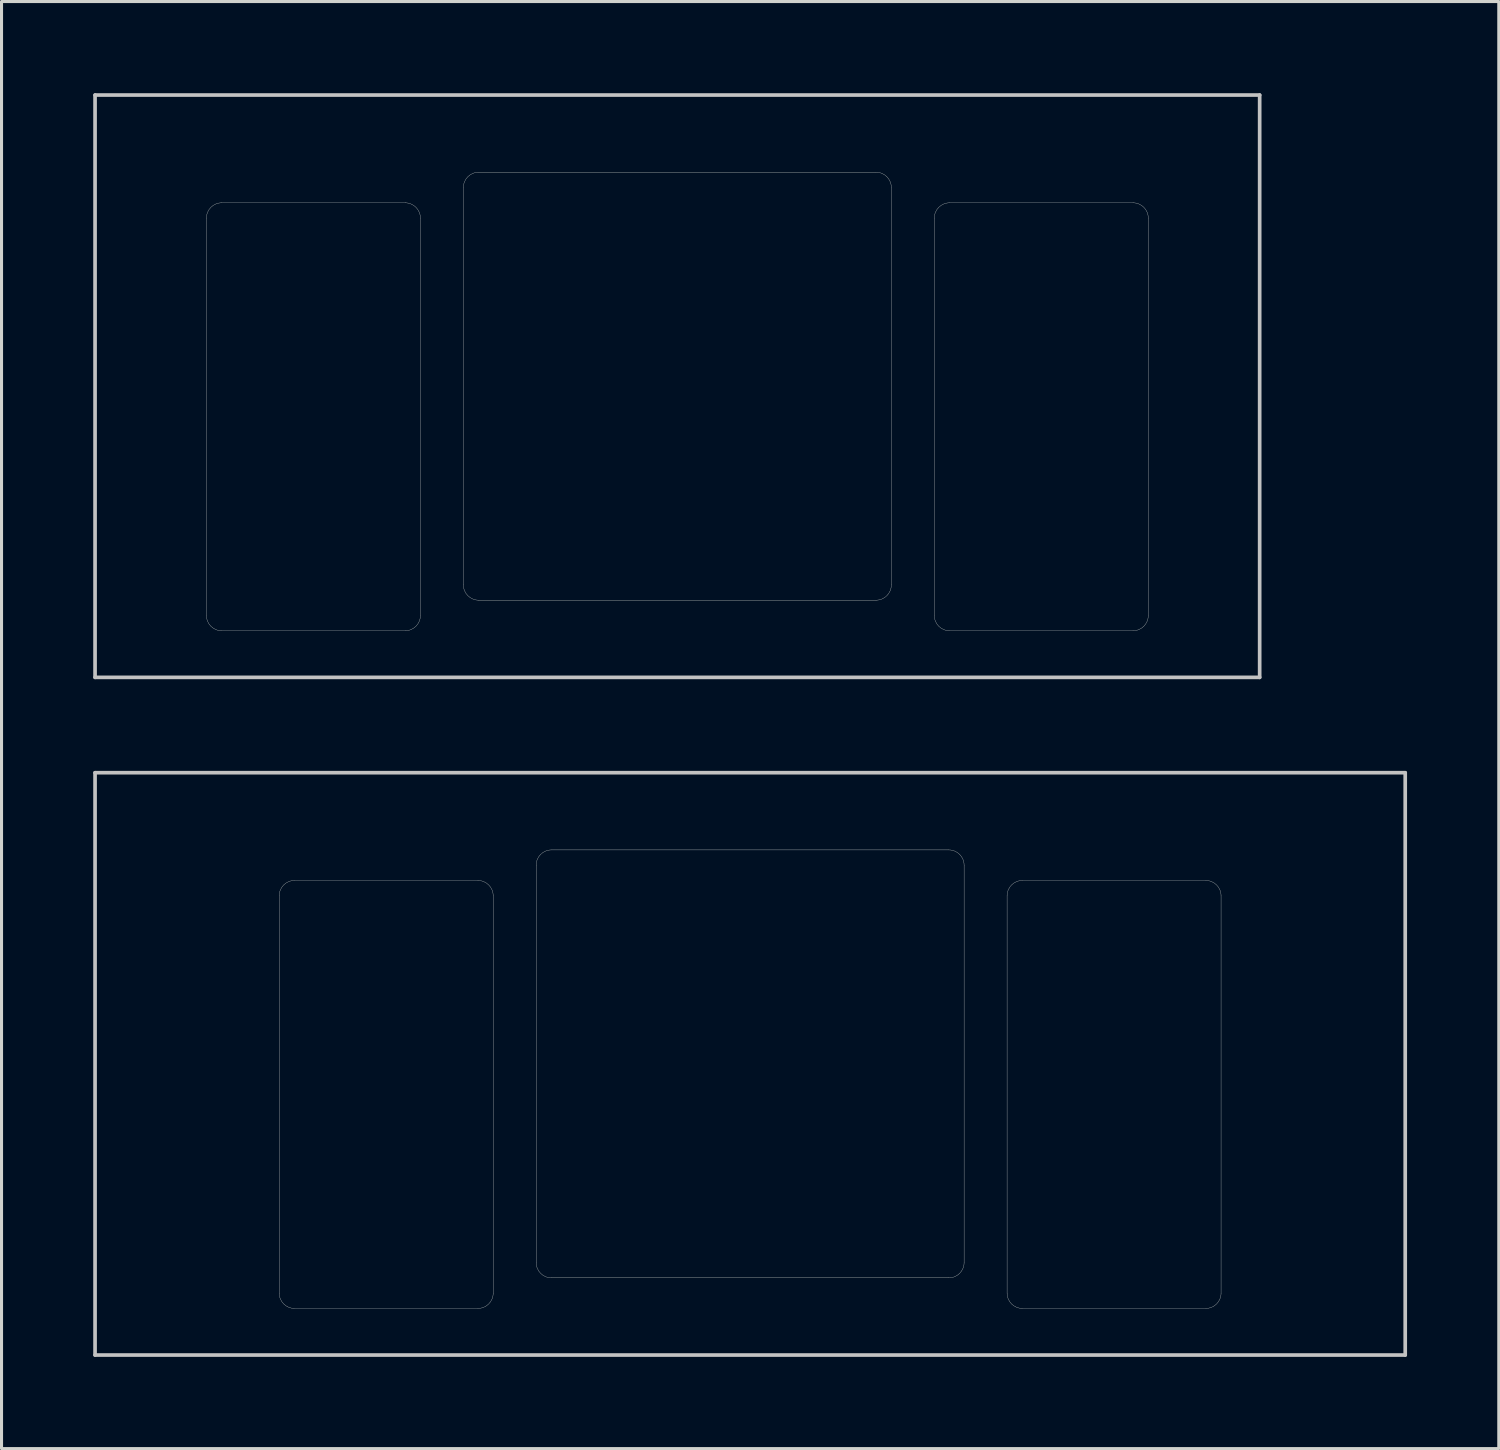
<source format=kicad_pcb>
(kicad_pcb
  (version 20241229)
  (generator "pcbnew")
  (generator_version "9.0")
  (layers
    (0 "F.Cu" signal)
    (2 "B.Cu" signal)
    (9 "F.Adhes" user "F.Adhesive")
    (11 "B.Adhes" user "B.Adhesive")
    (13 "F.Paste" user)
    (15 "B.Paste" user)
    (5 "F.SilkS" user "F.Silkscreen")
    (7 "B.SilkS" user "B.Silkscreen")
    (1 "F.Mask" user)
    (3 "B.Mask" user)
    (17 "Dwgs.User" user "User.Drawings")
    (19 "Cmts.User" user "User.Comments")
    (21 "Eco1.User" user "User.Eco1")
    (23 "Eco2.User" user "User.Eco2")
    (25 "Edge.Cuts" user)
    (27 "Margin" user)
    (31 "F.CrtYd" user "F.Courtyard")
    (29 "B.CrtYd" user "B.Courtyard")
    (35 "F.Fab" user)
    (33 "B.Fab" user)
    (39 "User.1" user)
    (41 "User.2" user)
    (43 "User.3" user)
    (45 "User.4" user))
  (footprint "MX200"
    (layer "F.Cu")
    (at 19.11 9.585)
    (property "Reference" "MX200" (at 0 2.381 0) (layer "Eco1.User") (effects (font (size 1 1) (thickness 0.15))))
    (attr through_hole)
    (fp_line (start -19.05 -9.525) (end 19.05 -9.525) (stroke (width 0.12) (type solid)) (layer "Dwgs.User"))
    (fp_line (start -19.05 9.525) (end -19.05 -9.525) (stroke (width 0.12) (type solid)) (layer "Dwgs.User"))
    (fp_line (start 19.05 -9.525) (end 19.05 9.525) (stroke (width 0.12) (type solid)) (layer "Dwgs.User"))
    (fp_line (start 19.05 9.525) (end -19.05 9.525) (stroke (width 0.12) (type solid)) (layer "Dwgs.User"))
    (fp_line (start 0 0) (end -0.5 0) (stroke (width 0.12) (type solid)) (layer "Eco1.User"))
    (fp_line (start 0 0) (end 0 -0.5) (stroke (width 0.12) (type solid)) (layer "Eco1.User"))
    (fp_line (start 0 0) (end 0 0.5) (stroke (width 0.12) (type solid)) (layer "Eco1.User"))
    (fp_line (start 0 0) (end 0.5 0) (stroke (width 0.12) (type solid)) (layer "Eco1.User"))
    (fp_line (start -15.406 -5.5) (end -15.406 7.5) (stroke (width 0.01) (type solid)) (layer "Edge.Cuts"))
    (fp_line (start -14.906 -6) (end -8.906 -6) (stroke (width 0.01) (type solid)) (layer "Edge.Cuts"))
    (fp_line (start -14.906 8) (end -8.906 8) (stroke (width 0.01) (type solid)) (layer "Edge.Cuts"))
    (fp_line (start -8.406 -5.5) (end -8.406 7.5) (stroke (width 0.01) (type solid)) (layer "Edge.Cuts"))
    (fp_line (start -7 -6.5) (end -7 6.5) (stroke (width 0.01) (type solid)) (layer "Edge.Cuts"))
    (fp_line (start -6.5 -7) (end 6.5 -7) (stroke (width 0.01) (type solid)) (layer "Edge.Cuts"))
    (fp_line (start -6.5 7) (end 6.5 7) (stroke (width 0.01) (type solid)) (layer "Edge.Cuts"))
    (fp_line (start 7 -6.5) (end 7 6.5) (stroke (width 0.01) (type solid)) (layer "Edge.Cuts"))
    (fp_line (start 8.406 -5.5) (end 8.406 7.5) (stroke (width 0.01) (type solid)) (layer "Edge.Cuts"))
    (fp_line (start 8.906 -6) (end 14.906 -6) (stroke (width 0.01) (type solid)) (layer "Edge.Cuts"))
    (fp_line (start 8.906 8) (end 14.906 8) (stroke (width 0.01) (type solid)) (layer "Edge.Cuts"))
    (fp_line (start 15.406 -5.5) (end 15.406 7.5) (stroke (width 0.01) (type solid)) (layer "Edge.Cuts"))
    (fp_arc (start -15.40625 -5.5) (mid -15.259803 -5.853553) (end -14.90625 -6) (stroke (width 0.010007) (type solid)) (layer "Edge.Cuts"))
    (fp_arc (start -14.90625 8.000008) (mid -15.259803 7.853561) (end -15.40625 7.500008) (stroke (width 0.010007) (type solid)) (layer "Edge.Cuts"))
    (fp_arc (start -8.90625 -6) (mid -8.552697 -5.853553) (end -8.40625 -5.5) (stroke (width 0.010007) (type solid)) (layer "Edge.Cuts"))
    (fp_arc (start -8.40625 7.500008) (mid -8.552697 7.853561) (end -8.90625 8.000008) (stroke (width 0.010007) (type solid)) (layer "Edge.Cuts"))
    (fp_arc (start -7 -6.5) (mid -6.853553 -6.853553) (end -6.5 -7) (stroke (width 0.010007) (type solid)) (layer "Edge.Cuts"))
    (fp_arc (start -6.5 7) (mid -6.853553 6.853553) (end -7 6.5) (stroke (width 0.010007) (type solid)) (layer "Edge.Cuts"))
    (fp_arc (start 6.5 -7) (mid 6.853553 -6.853553) (end 7 -6.5) (stroke (width 0.010007) (type solid)) (layer "Edge.Cuts"))
    (fp_arc (start 7 6.5) (mid 6.853554 6.853554) (end 6.5 7) (stroke (width 0.010007) (type solid)) (layer "Edge.Cuts"))
    (fp_arc (start 8.40625 -5.5) (mid 8.552697 -5.853553) (end 8.90625 -6) (stroke (width 0.010007) (type solid)) (layer "Edge.Cuts"))
    (fp_arc (start 8.90625 8.000008) (mid 8.552697 7.853561) (end 8.40625 7.500008) (stroke (width 0.010007) (type solid)) (layer "Edge.Cuts"))
    (fp_arc (start 14.90625 -6) (mid 15.259803 -5.853553) (end 15.40625 -5.5) (stroke (width 0.010007) (type solid)) (layer "Edge.Cuts"))
    (fp_arc (start 15.40625 7.500008) (mid 15.259803 7.853561) (end 14.90625 8.000008) (stroke (width 0.010007) (type solid)) (layer "Edge.Cuts")))
  (footprint "MX225"
    (layer "F.Cu")
    (at 21.491 31.755)
    (property "Reference" "MX225" (at 0 2.381 0) (layer "Eco1.User") (effects (font (size 1 1) (thickness 0.15))))
    (attr through_hole)
    (fp_line (start -21.431 -9.525) (end 21.431 -9.525) (stroke (width 0.12) (type solid)) (layer "Dwgs.User"))
    (fp_line (start -21.431 9.525) (end -21.431 -9.525) (stroke (width 0.12) (type solid)) (layer "Dwgs.User"))
    (fp_line (start 21.431 -9.525) (end 21.431 9.525) (stroke (width 0.12) (type solid)) (layer "Dwgs.User"))
    (fp_line (start 21.431 9.525) (end -21.431 9.525) (stroke (width 0.12) (type solid)) (layer "Dwgs.User"))
    (fp_line (start 0 0) (end -0.5 0) (stroke (width 0.12) (type solid)) (layer "Eco1.User"))
    (fp_line (start 0 0) (end 0 -0.5) (stroke (width 0.12) (type solid)) (layer "Eco1.User"))
    (fp_line (start 0 0) (end 0 0.5) (stroke (width 0.12) (type solid)) (layer "Eco1.User"))
    (fp_line (start 0 0) (end 0.5 0) (stroke (width 0.12) (type solid)) (layer "Eco1.User"))
    (fp_line (start -15.406 -5.5) (end -15.406 7.5) (stroke (width 0.01) (type solid)) (layer "Edge.Cuts"))
    (fp_line (start -14.906 -6) (end -8.906 -6) (stroke (width 0.01) (type solid)) (layer "Edge.Cuts"))
    (fp_line (start -14.906 8) (end -8.906 8) (stroke (width 0.01) (type solid)) (layer "Edge.Cuts"))
    (fp_line (start -8.406 -5.5) (end -8.406 7.5) (stroke (width 0.01) (type solid)) (layer "Edge.Cuts"))
    (fp_line (start -7 -6.5) (end -7 6.5) (stroke (width 0.01) (type solid)) (layer "Edge.Cuts"))
    (fp_line (start -6.5 -7) (end 6.5 -7) (stroke (width 0.01) (type solid)) (layer "Edge.Cuts"))
    (fp_line (start -6.5 7) (end 6.5 7) (stroke (width 0.01) (type solid)) (layer "Edge.Cuts"))
    (fp_line (start 7 -6.5) (end 7 6.5) (stroke (width 0.01) (type solid)) (layer "Edge.Cuts"))
    (fp_line (start 8.406 -5.5) (end 8.406 7.5) (stroke (width 0.01) (type solid)) (layer "Edge.Cuts"))
    (fp_line (start 8.906 -6) (end 14.906 -6) (stroke (width 0.01) (type solid)) (layer "Edge.Cuts"))
    (fp_line (start 8.906 8) (end 14.906 8) (stroke (width 0.01) (type solid)) (layer "Edge.Cuts"))
    (fp_line (start 15.406 -5.5) (end 15.406 7.5) (stroke (width 0.01) (type solid)) (layer "Edge.Cuts"))
    (fp_arc (start -15.40625 -5.5) (mid -15.259803 -5.853553) (end -14.90625 -6) (stroke (width 0.010007) (type solid)) (layer "Edge.Cuts"))
    (fp_arc (start -14.90625 8.000008) (mid -15.259803 7.853561) (end -15.40625 7.500008) (stroke (width 0.010007) (type solid)) (layer "Edge.Cuts"))
    (fp_arc (start -8.90625 -6) (mid -8.552697 -5.853553) (end -8.40625 -5.5) (stroke (width 0.010007) (type solid)) (layer "Edge.Cuts"))
    (fp_arc (start -8.40625 7.500008) (mid -8.552697 7.853561) (end -8.90625 8.000008) (stroke (width 0.010007) (type solid)) (layer "Edge.Cuts"))
    (fp_arc (start -7 -6.5) (mid -6.853553 -6.853553) (end -6.5 -7) (stroke (width 0.010007) (type solid)) (layer "Edge.Cuts"))
    (fp_arc (start -6.5 7) (mid -6.853553 6.853553) (end -7 6.5) (stroke (width 0.010007) (type solid)) (layer "Edge.Cuts"))
    (fp_arc (start 6.5 -7) (mid 6.853553 -6.853553) (end 7 -6.5) (stroke (width 0.010007) (type solid)) (layer "Edge.Cuts"))
    (fp_arc (start 7 6.5) (mid 6.853554 6.853554) (end 6.5 7) (stroke (width 0.010007) (type solid)) (layer "Edge.Cuts"))
    (fp_arc (start 8.40625 -5.5) (mid 8.552697 -5.853553) (end 8.90625 -6) (stroke (width 0.010007) (type solid)) (layer "Edge.Cuts"))
    (fp_arc (start 8.90625 8.000008) (mid 8.552697 7.853561) (end 8.40625 7.500008) (stroke (width 0.010007) (type solid)) (layer "Edge.Cuts"))
    (fp_arc (start 14.90625 -6) (mid 15.259803 -5.853553) (end 15.40625 -5.5) (stroke (width 0.010007) (type solid)) (layer "Edge.Cuts"))
    (fp_arc (start 15.40625 7.500008) (mid 15.259803 7.853561) (end 14.90625 8.000008) (stroke (width 0.010007) (type solid)) (layer "Edge.Cuts")))
  (gr_rect
    (start -3 -3)
    (end 45.983 44.34)
    (stroke (width 0.1) (type default))
    (fill no)
    (layer "Edge.Cuts")))
</source>
